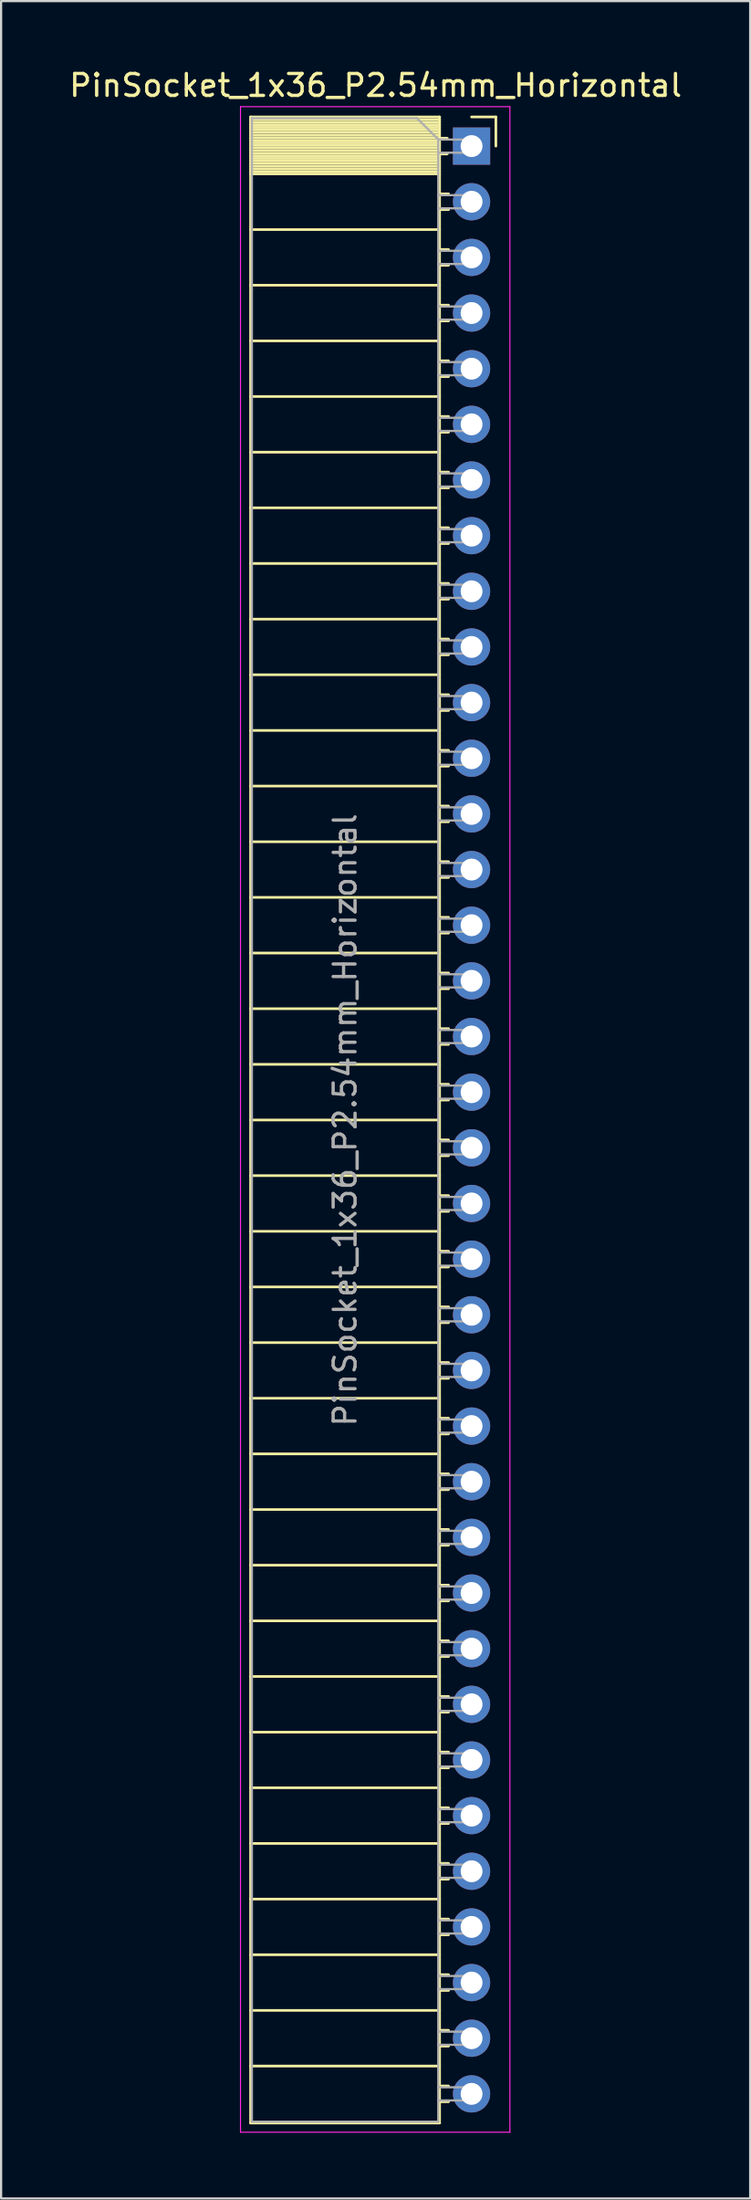
<source format=kicad_pcb>
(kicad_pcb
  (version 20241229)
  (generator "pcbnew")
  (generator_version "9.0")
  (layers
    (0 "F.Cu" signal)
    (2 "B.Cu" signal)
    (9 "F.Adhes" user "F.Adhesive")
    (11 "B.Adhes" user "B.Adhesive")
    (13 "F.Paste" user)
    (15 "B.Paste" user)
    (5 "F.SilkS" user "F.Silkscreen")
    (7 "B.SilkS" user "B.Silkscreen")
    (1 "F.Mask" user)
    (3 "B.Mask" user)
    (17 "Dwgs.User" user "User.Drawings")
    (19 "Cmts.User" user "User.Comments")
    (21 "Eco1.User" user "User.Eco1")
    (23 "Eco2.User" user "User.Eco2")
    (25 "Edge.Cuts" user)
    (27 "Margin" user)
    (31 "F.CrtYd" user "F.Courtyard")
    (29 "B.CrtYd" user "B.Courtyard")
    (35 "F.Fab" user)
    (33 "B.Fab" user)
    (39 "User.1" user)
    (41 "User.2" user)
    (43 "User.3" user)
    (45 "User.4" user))
  (footprint "PinSocket_1x36_P2.54mm_Horizontal"
    (layer "F.Cu")
    (at 18.481 3.618)
    (property "Reference" "PinSocket_1x36_P2.54mm_Horizontal" (at -4.38 -2.77 0) (layer "F.SilkS") (effects (font (size 1 1) (thickness 0.15))))
    (attr through_hole)
    (fp_line (start -10.09 -1.33) (end -10.09 90.23) (stroke (width 0.12) (type solid)) (layer "F.SilkS"))
    (fp_line (start -10.09 -1.33) (end -1.46 -1.33) (stroke (width 0.12) (type solid)) (layer "F.SilkS"))
    (fp_line (start -10.09 -1.21) (end -1.46 -1.21) (stroke (width 0.12) (type solid)) (layer "F.SilkS"))
    (fp_line (start -10.09 -1.092) (end -1.46 -1.092) (stroke (width 0.12) (type solid)) (layer "F.SilkS"))
    (fp_line (start -10.09 -0.974) (end -1.46 -0.974) (stroke (width 0.12) (type solid)) (layer "F.SilkS"))
    (fp_line (start -10.09 -0.856) (end -1.46 -0.856) (stroke (width 0.12) (type solid)) (layer "F.SilkS"))
    (fp_line (start -10.09 -0.738) (end -1.46 -0.738) (stroke (width 0.12) (type solid)) (layer "F.SilkS"))
    (fp_line (start -10.09 -0.62) (end -1.46 -0.62) (stroke (width 0.12) (type solid)) (layer "F.SilkS"))
    (fp_line (start -10.09 -0.501) (end -1.46 -0.501) (stroke (width 0.12) (type solid)) (layer "F.SilkS"))
    (fp_line (start -10.09 -0.383) (end -1.46 -0.383) (stroke (width 0.12) (type solid)) (layer "F.SilkS"))
    (fp_line (start -10.09 -0.265) (end -1.46 -0.265) (stroke (width 0.12) (type solid)) (layer "F.SilkS"))
    (fp_line (start -10.09 -0.147) (end -1.46 -0.147) (stroke (width 0.12) (type solid)) (layer "F.SilkS"))
    (fp_line (start -10.09 -0.029) (end -1.46 -0.029) (stroke (width 0.12) (type solid)) (layer "F.SilkS"))
    (fp_line (start -10.09 0.089) (end -1.46 0.089) (stroke (width 0.12) (type solid)) (layer "F.SilkS"))
    (fp_line (start -10.09 0.207) (end -1.46 0.207) (stroke (width 0.12) (type solid)) (layer "F.SilkS"))
    (fp_line (start -10.09 0.325) (end -1.46 0.325) (stroke (width 0.12) (type solid)) (layer "F.SilkS"))
    (fp_line (start -10.09 0.443) (end -1.46 0.443) (stroke (width 0.12) (type solid)) (layer "F.SilkS"))
    (fp_line (start -10.09 0.561) (end -1.46 0.561) (stroke (width 0.12) (type solid)) (layer "F.SilkS"))
    (fp_line (start -10.09 0.68) (end -1.46 0.68) (stroke (width 0.12) (type solid)) (layer "F.SilkS"))
    (fp_line (start -10.09 0.798) (end -1.46 0.798) (stroke (width 0.12) (type solid)) (layer "F.SilkS"))
    (fp_line (start -10.09 0.916) (end -1.46 0.916) (stroke (width 0.12) (type solid)) (layer "F.SilkS"))
    (fp_line (start -10.09 1.034) (end -1.46 1.034) (stroke (width 0.12) (type solid)) (layer "F.SilkS"))
    (fp_line (start -10.09 1.152) (end -1.46 1.152) (stroke (width 0.12) (type solid)) (layer "F.SilkS"))
    (fp_line (start -10.09 1.27) (end -1.46 1.27) (stroke (width 0.12) (type solid)) (layer "F.SilkS"))
    (fp_line (start -10.09 3.81) (end -1.46 3.81) (stroke (width 0.12) (type solid)) (layer "F.SilkS"))
    (fp_line (start -10.09 6.35) (end -1.46 6.35) (stroke (width 0.12) (type solid)) (layer "F.SilkS"))
    (fp_line (start -10.09 8.89) (end -1.46 8.89) (stroke (width 0.12) (type solid)) (layer "F.SilkS"))
    (fp_line (start -10.09 11.43) (end -1.46 11.43) (stroke (width 0.12) (type solid)) (layer "F.SilkS"))
    (fp_line (start -10.09 13.97) (end -1.46 13.97) (stroke (width 0.12) (type solid)) (layer "F.SilkS"))
    (fp_line (start -10.09 16.51) (end -1.46 16.51) (stroke (width 0.12) (type solid)) (layer "F.SilkS"))
    (fp_line (start -10.09 19.05) (end -1.46 19.05) (stroke (width 0.12) (type solid)) (layer "F.SilkS"))
    (fp_line (start -10.09 21.59) (end -1.46 21.59) (stroke (width 0.12) (type solid)) (layer "F.SilkS"))
    (fp_line (start -10.09 24.13) (end -1.46 24.13) (stroke (width 0.12) (type solid)) (layer "F.SilkS"))
    (fp_line (start -10.09 26.67) (end -1.46 26.67) (stroke (width 0.12) (type solid)) (layer "F.SilkS"))
    (fp_line (start -10.09 29.21) (end -1.46 29.21) (stroke (width 0.12) (type solid)) (layer "F.SilkS"))
    (fp_line (start -10.09 31.75) (end -1.46 31.75) (stroke (width 0.12) (type solid)) (layer "F.SilkS"))
    (fp_line (start -10.09 34.29) (end -1.46 34.29) (stroke (width 0.12) (type solid)) (layer "F.SilkS"))
    (fp_line (start -10.09 36.83) (end -1.46 36.83) (stroke (width 0.12) (type solid)) (layer "F.SilkS"))
    (fp_line (start -10.09 39.37) (end -1.46 39.37) (stroke (width 0.12) (type solid)) (layer "F.SilkS"))
    (fp_line (start -10.09 41.91) (end -1.46 41.91) (stroke (width 0.12) (type solid)) (layer "F.SilkS"))
    (fp_line (start -10.09 44.45) (end -1.46 44.45) (stroke (width 0.12) (type solid)) (layer "F.SilkS"))
    (fp_line (start -10.09 46.99) (end -1.46 46.99) (stroke (width 0.12) (type solid)) (layer "F.SilkS"))
    (fp_line (start -10.09 49.53) (end -1.46 49.53) (stroke (width 0.12) (type solid)) (layer "F.SilkS"))
    (fp_line (start -10.09 52.07) (end -1.46 52.07) (stroke (width 0.12) (type solid)) (layer "F.SilkS"))
    (fp_line (start -10.09 54.61) (end -1.46 54.61) (stroke (width 0.12) (type solid)) (layer "F.SilkS"))
    (fp_line (start -10.09 57.15) (end -1.46 57.15) (stroke (width 0.12) (type solid)) (layer "F.SilkS"))
    (fp_line (start -10.09 59.69) (end -1.46 59.69) (stroke (width 0.12) (type solid)) (layer "F.SilkS"))
    (fp_line (start -10.09 62.23) (end -1.46 62.23) (stroke (width 0.12) (type solid)) (layer "F.SilkS"))
    (fp_line (start -10.09 64.77) (end -1.46 64.77) (stroke (width 0.12) (type solid)) (layer "F.SilkS"))
    (fp_line (start -10.09 67.31) (end -1.46 67.31) (stroke (width 0.12) (type solid)) (layer "F.SilkS"))
    (fp_line (start -10.09 69.85) (end -1.46 69.85) (stroke (width 0.12) (type solid)) (layer "F.SilkS"))
    (fp_line (start -10.09 72.39) (end -1.46 72.39) (stroke (width 0.12) (type solid)) (layer "F.SilkS"))
    (fp_line (start -10.09 74.93) (end -1.46 74.93) (stroke (width 0.12) (type solid)) (layer "F.SilkS"))
    (fp_line (start -10.09 77.47) (end -1.46 77.47) (stroke (width 0.12) (type solid)) (layer "F.SilkS"))
    (fp_line (start -10.09 80.01) (end -1.46 80.01) (stroke (width 0.12) (type solid)) (layer "F.SilkS"))
    (fp_line (start -10.09 82.55) (end -1.46 82.55) (stroke (width 0.12) (type solid)) (layer "F.SilkS"))
    (fp_line (start -10.09 85.09) (end -1.46 85.09) (stroke (width 0.12) (type solid)) (layer "F.SilkS"))
    (fp_line (start -10.09 87.63) (end -1.46 87.63) (stroke (width 0.12) (type solid)) (layer "F.SilkS"))
    (fp_line (start -10.09 90.23) (end -1.46 90.23) (stroke (width 0.12) (type solid)) (layer "F.SilkS"))
    (fp_line (start -1.46 -1.33) (end -1.46 90.23) (stroke (width 0.12) (type solid)) (layer "F.SilkS"))
    (fp_line (start -1.46 -0.36) (end -1.11 -0.36) (stroke (width 0.12) (type solid)) (layer "F.SilkS"))
    (fp_line (start -1.46 0.36) (end -1.11 0.36) (stroke (width 0.12) (type solid)) (layer "F.SilkS"))
    (fp_line (start -1.46 2.18) (end -1.05 2.18) (stroke (width 0.12) (type solid)) (layer "F.SilkS"))
    (fp_line (start -1.46 2.9) (end -1.05 2.9) (stroke (width 0.12) (type solid)) (layer "F.SilkS"))
    (fp_line (start -1.46 4.72) (end -1.05 4.72) (stroke (width 0.12) (type solid)) (layer "F.SilkS"))
    (fp_line (start -1.46 5.44) (end -1.05 5.44) (stroke (width 0.12) (type solid)) (layer "F.SilkS"))
    (fp_line (start -1.46 7.26) (end -1.05 7.26) (stroke (width 0.12) (type solid)) (layer "F.SilkS"))
    (fp_line (start -1.46 7.98) (end -1.05 7.98) (stroke (width 0.12) (type solid)) (layer "F.SilkS"))
    (fp_line (start -1.46 9.8) (end -1.05 9.8) (stroke (width 0.12) (type solid)) (layer "F.SilkS"))
    (fp_line (start -1.46 10.52) (end -1.05 10.52) (stroke (width 0.12) (type solid)) (layer "F.SilkS"))
    (fp_line (start -1.46 12.34) (end -1.05 12.34) (stroke (width 0.12) (type solid)) (layer "F.SilkS"))
    (fp_line (start -1.46 13.06) (end -1.05 13.06) (stroke (width 0.12) (type solid)) (layer "F.SilkS"))
    (fp_line (start -1.46 14.88) (end -1.05 14.88) (stroke (width 0.12) (type solid)) (layer "F.SilkS"))
    (fp_line (start -1.46 15.6) (end -1.05 15.6) (stroke (width 0.12) (type solid)) (layer "F.SilkS"))
    (fp_line (start -1.46 17.42) (end -1.05 17.42) (stroke (width 0.12) (type solid)) (layer "F.SilkS"))
    (fp_line (start -1.46 18.14) (end -1.05 18.14) (stroke (width 0.12) (type solid)) (layer "F.SilkS"))
    (fp_line (start -1.46 19.96) (end -1.05 19.96) (stroke (width 0.12) (type solid)) (layer "F.SilkS"))
    (fp_line (start -1.46 20.68) (end -1.05 20.68) (stroke (width 0.12) (type solid)) (layer "F.SilkS"))
    (fp_line (start -1.46 22.5) (end -1.05 22.5) (stroke (width 0.12) (type solid)) (layer "F.SilkS"))
    (fp_line (start -1.46 23.22) (end -1.05 23.22) (stroke (width 0.12) (type solid)) (layer "F.SilkS"))
    (fp_line (start -1.46 25.04) (end -1.05 25.04) (stroke (width 0.12) (type solid)) (layer "F.SilkS"))
    (fp_line (start -1.46 25.76) (end -1.05 25.76) (stroke (width 0.12) (type solid)) (layer "F.SilkS"))
    (fp_line (start -1.46 27.58) (end -1.05 27.58) (stroke (width 0.12) (type solid)) (layer "F.SilkS"))
    (fp_line (start -1.46 28.3) (end -1.05 28.3) (stroke (width 0.12) (type solid)) (layer "F.SilkS"))
    (fp_line (start -1.46 30.12) (end -1.05 30.12) (stroke (width 0.12) (type solid)) (layer "F.SilkS"))
    (fp_line (start -1.46 30.84) (end -1.05 30.84) (stroke (width 0.12) (type solid)) (layer "F.SilkS"))
    (fp_line (start -1.46 32.66) (end -1.05 32.66) (stroke (width 0.12) (type solid)) (layer "F.SilkS"))
    (fp_line (start -1.46 33.38) (end -1.05 33.38) (stroke (width 0.12) (type solid)) (layer "F.SilkS"))
    (fp_line (start -1.46 35.2) (end -1.05 35.2) (stroke (width 0.12) (type solid)) (layer "F.SilkS"))
    (fp_line (start -1.46 35.92) (end -1.05 35.92) (stroke (width 0.12) (type solid)) (layer "F.SilkS"))
    (fp_line (start -1.46 37.74) (end -1.05 37.74) (stroke (width 0.12) (type solid)) (layer "F.SilkS"))
    (fp_line (start -1.46 38.46) (end -1.05 38.46) (stroke (width 0.12) (type solid)) (layer "F.SilkS"))
    (fp_line (start -1.46 40.28) (end -1.05 40.28) (stroke (width 0.12) (type solid)) (layer "F.SilkS"))
    (fp_line (start -1.46 41) (end -1.05 41) (stroke (width 0.12) (type solid)) (layer "F.SilkS"))
    (fp_line (start -1.46 42.82) (end -1.05 42.82) (stroke (width 0.12) (type solid)) (layer "F.SilkS"))
    (fp_line (start -1.46 43.54) (end -1.05 43.54) (stroke (width 0.12) (type solid)) (layer "F.SilkS"))
    (fp_line (start -1.46 45.36) (end -1.05 45.36) (stroke (width 0.12) (type solid)) (layer "F.SilkS"))
    (fp_line (start -1.46 46.08) (end -1.05 46.08) (stroke (width 0.12) (type solid)) (layer "F.SilkS"))
    (fp_line (start -1.46 47.9) (end -1.05 47.9) (stroke (width 0.12) (type solid)) (layer "F.SilkS"))
    (fp_line (start -1.46 48.62) (end -1.05 48.62) (stroke (width 0.12) (type solid)) (layer "F.SilkS"))
    (fp_line (start -1.46 50.44) (end -1.05 50.44) (stroke (width 0.12) (type solid)) (layer "F.SilkS"))
    (fp_line (start -1.46 51.16) (end -1.05 51.16) (stroke (width 0.12) (type solid)) (layer "F.SilkS"))
    (fp_line (start -1.46 52.98) (end -1.05 52.98) (stroke (width 0.12) (type solid)) (layer "F.SilkS"))
    (fp_line (start -1.46 53.7) (end -1.05 53.7) (stroke (width 0.12) (type solid)) (layer "F.SilkS"))
    (fp_line (start -1.46 55.52) (end -1.05 55.52) (stroke (width 0.12) (type solid)) (layer "F.SilkS"))
    (fp_line (start -1.46 56.24) (end -1.05 56.24) (stroke (width 0.12) (type solid)) (layer "F.SilkS"))
    (fp_line (start -1.46 58.06) (end -1.05 58.06) (stroke (width 0.12) (type solid)) (layer "F.SilkS"))
    (fp_line (start -1.46 58.78) (end -1.05 58.78) (stroke (width 0.12) (type solid)) (layer "F.SilkS"))
    (fp_line (start -1.46 60.6) (end -1.05 60.6) (stroke (width 0.12) (type solid)) (layer "F.SilkS"))
    (fp_line (start -1.46 61.32) (end -1.05 61.32) (stroke (width 0.12) (type solid)) (layer "F.SilkS"))
    (fp_line (start -1.46 63.14) (end -1.05 63.14) (stroke (width 0.12) (type solid)) (layer "F.SilkS"))
    (fp_line (start -1.46 63.86) (end -1.05 63.86) (stroke (width 0.12) (type solid)) (layer "F.SilkS"))
    (fp_line (start -1.46 65.68) (end -1.05 65.68) (stroke (width 0.12) (type solid)) (layer "F.SilkS"))
    (fp_line (start -1.46 66.4) (end -1.05 66.4) (stroke (width 0.12) (type solid)) (layer "F.SilkS"))
    (fp_line (start -1.46 68.22) (end -1.05 68.22) (stroke (width 0.12) (type solid)) (layer "F.SilkS"))
    (fp_line (start -1.46 68.94) (end -1.05 68.94) (stroke (width 0.12) (type solid)) (layer "F.SilkS"))
    (fp_line (start -1.46 70.76) (end -1.05 70.76) (stroke (width 0.12) (type solid)) (layer "F.SilkS"))
    (fp_line (start -1.46 71.48) (end -1.05 71.48) (stroke (width 0.12) (type solid)) (layer "F.SilkS"))
    (fp_line (start -1.46 73.3) (end -1.05 73.3) (stroke (width 0.12) (type solid)) (layer "F.SilkS"))
    (fp_line (start -1.46 74.02) (end -1.05 74.02) (stroke (width 0.12) (type solid)) (layer "F.SilkS"))
    (fp_line (start -1.46 75.84) (end -1.05 75.84) (stroke (width 0.12) (type solid)) (layer "F.SilkS"))
    (fp_line (start -1.46 76.56) (end -1.05 76.56) (stroke (width 0.12) (type solid)) (layer "F.SilkS"))
    (fp_line (start -1.46 78.38) (end -1.05 78.38) (stroke (width 0.12) (type solid)) (layer "F.SilkS"))
    (fp_line (start -1.46 79.1) (end -1.05 79.1) (stroke (width 0.12) (type solid)) (layer "F.SilkS"))
    (fp_line (start -1.46 80.92) (end -1.05 80.92) (stroke (width 0.12) (type solid)) (layer "F.SilkS"))
    (fp_line (start -1.46 81.64) (end -1.05 81.64) (stroke (width 0.12) (type solid)) (layer "F.SilkS"))
    (fp_line (start -1.46 83.46) (end -1.05 83.46) (stroke (width 0.12) (type solid)) (layer "F.SilkS"))
    (fp_line (start -1.46 84.18) (end -1.05 84.18) (stroke (width 0.12) (type solid)) (layer "F.SilkS"))
    (fp_line (start -1.46 86) (end -1.05 86) (stroke (width 0.12) (type solid)) (layer "F.SilkS"))
    (fp_line (start -1.46 86.72) (end -1.05 86.72) (stroke (width 0.12) (type solid)) (layer "F.SilkS"))
    (fp_line (start -1.46 88.54) (end -1.05 88.54) (stroke (width 0.12) (type solid)) (layer "F.SilkS"))
    (fp_line (start -1.46 89.26) (end -1.05 89.26) (stroke (width 0.12) (type solid)) (layer "F.SilkS"))
    (fp_line (start 0 -1.33) (end 1.11 -1.33) (stroke (width 0.12) (type solid)) (layer "F.SilkS"))
    (fp_line (start 1.11 -1.33) (end 1.11 0) (stroke (width 0.12) (type solid)) (layer "F.SilkS"))
    (fp_line (start -10.55 -1.8) (end -10.55 90.65) (stroke (width 0.05) (type solid)) (layer "F.CrtYd"))
    (fp_line (start -10.55 90.65) (end 1.75 90.65) (stroke (width 0.05) (type solid)) (layer "F.CrtYd"))
    (fp_line (start 1.75 -1.8) (end -10.55 -1.8) (stroke (width 0.05) (type solid)) (layer "F.CrtYd"))
    (fp_line (start 1.75 90.65) (end 1.75 -1.8) (stroke (width 0.05) (type solid)) (layer "F.CrtYd"))
    (fp_line (start -10.03 -1.27) (end -2.49 -1.27) (stroke (width 0.1) (type solid)) (layer "F.Fab"))
    (fp_line (start -10.03 90.17) (end -10.03 -1.27) (stroke (width 0.1) (type solid)) (layer "F.Fab"))
    (fp_line (start -2.49 -1.27) (end -1.52 -0.3) (stroke (width 0.1) (type solid)) (layer "F.Fab"))
    (fp_line (start -1.52 -0.3) (end -1.52 90.17) (stroke (width 0.1) (type solid)) (layer "F.Fab"))
    (fp_line (start -1.52 0.3) (end 0 0.3) (stroke (width 0.1) (type solid)) (layer "F.Fab"))
    (fp_line (start -1.52 2.84) (end 0 2.84) (stroke (width 0.1) (type solid)) (layer "F.Fab"))
    (fp_line (start -1.52 5.38) (end 0 5.38) (stroke (width 0.1) (type solid)) (layer "F.Fab"))
    (fp_line (start -1.52 7.92) (end 0 7.92) (stroke (width 0.1) (type solid)) (layer "F.Fab"))
    (fp_line (start -1.52 10.46) (end 0 10.46) (stroke (width 0.1) (type solid)) (layer "F.Fab"))
    (fp_line (start -1.52 13) (end 0 13) (stroke (width 0.1) (type solid)) (layer "F.Fab"))
    (fp_line (start -1.52 15.54) (end 0 15.54) (stroke (width 0.1) (type solid)) (layer "F.Fab"))
    (fp_line (start -1.52 18.08) (end 0 18.08) (stroke (width 0.1) (type solid)) (layer "F.Fab"))
    (fp_line (start -1.52 20.62) (end 0 20.62) (stroke (width 0.1) (type solid)) (layer "F.Fab"))
    (fp_line (start -1.52 23.16) (end 0 23.16) (stroke (width 0.1) (type solid)) (layer "F.Fab"))
    (fp_line (start -1.52 25.7) (end 0 25.7) (stroke (width 0.1) (type solid)) (layer "F.Fab"))
    (fp_line (start -1.52 28.24) (end 0 28.24) (stroke (width 0.1) (type solid)) (layer "F.Fab"))
    (fp_line (start -1.52 30.78) (end 0 30.78) (stroke (width 0.1) (type solid)) (layer "F.Fab"))
    (fp_line (start -1.52 33.32) (end 0 33.32) (stroke (width 0.1) (type solid)) (layer "F.Fab"))
    (fp_line (start -1.52 35.86) (end 0 35.86) (stroke (width 0.1) (type solid)) (layer "F.Fab"))
    (fp_line (start -1.52 38.4) (end 0 38.4) (stroke (width 0.1) (type solid)) (layer "F.Fab"))
    (fp_line (start -1.52 40.94) (end 0 40.94) (stroke (width 0.1) (type solid)) (layer "F.Fab"))
    (fp_line (start -1.52 43.48) (end 0 43.48) (stroke (width 0.1) (type solid)) (layer "F.Fab"))
    (fp_line (start -1.52 46.02) (end 0 46.02) (stroke (width 0.1) (type solid)) (layer "F.Fab"))
    (fp_line (start -1.52 48.56) (end 0 48.56) (stroke (width 0.1) (type solid)) (layer "F.Fab"))
    (fp_line (start -1.52 51.1) (end 0 51.1) (stroke (width 0.1) (type solid)) (layer "F.Fab"))
    (fp_line (start -1.52 53.64) (end 0 53.64) (stroke (width 0.1) (type solid)) (layer "F.Fab"))
    (fp_line (start -1.52 56.18) (end 0 56.18) (stroke (width 0.1) (type solid)) (layer "F.Fab"))
    (fp_line (start -1.52 58.72) (end 0 58.72) (stroke (width 0.1) (type solid)) (layer "F.Fab"))
    (fp_line (start -1.52 61.26) (end 0 61.26) (stroke (width 0.1) (type solid)) (layer "F.Fab"))
    (fp_line (start -1.52 63.8) (end 0 63.8) (stroke (width 0.1) (type solid)) (layer "F.Fab"))
    (fp_line (start -1.52 66.34) (end 0 66.34) (stroke (width 0.1) (type solid)) (layer "F.Fab"))
    (fp_line (start -1.52 68.88) (end 0 68.88) (stroke (width 0.1) (type solid)) (layer "F.Fab"))
    (fp_line (start -1.52 71.42) (end 0 71.42) (stroke (width 0.1) (type solid)) (layer "F.Fab"))
    (fp_line (start -1.52 73.96) (end 0 73.96) (stroke (width 0.1) (type solid)) (layer "F.Fab"))
    (fp_line (start -1.52 76.5) (end 0 76.5) (stroke (width 0.1) (type solid)) (layer "F.Fab"))
    (fp_line (start -1.52 79.04) (end 0 79.04) (stroke (width 0.1) (type solid)) (layer "F.Fab"))
    (fp_line (start -1.52 81.58) (end 0 81.58) (stroke (width 0.1) (type solid)) (layer "F.Fab"))
    (fp_line (start -1.52 84.12) (end 0 84.12) (stroke (width 0.1) (type solid)) (layer "F.Fab"))
    (fp_line (start -1.52 86.66) (end 0 86.66) (stroke (width 0.1) (type solid)) (layer "F.Fab"))
    (fp_line (start -1.52 89.2) (end 0 89.2) (stroke (width 0.1) (type solid)) (layer "F.Fab"))
    (fp_line (start -1.52 90.17) (end -10.03 90.17) (stroke (width 0.1) (type solid)) (layer "F.Fab"))
    (fp_line (start 0 -0.3) (end -1.52 -0.3) (stroke (width 0.1) (type solid)) (layer "F.Fab"))
    (fp_line (start 0 0.3) (end 0 -0.3) (stroke (width 0.1) (type solid)) (layer "F.Fab"))
    (fp_line (start 0 2.24) (end -1.52 2.24) (stroke (width 0.1) (type solid)) (layer "F.Fab"))
    (fp_line (start 0 2.84) (end 0 2.24) (stroke (width 0.1) (type solid)) (layer "F.Fab"))
    (fp_line (start 0 4.78) (end -1.52 4.78) (stroke (width 0.1) (type solid)) (layer "F.Fab"))
    (fp_line (start 0 5.38) (end 0 4.78) (stroke (width 0.1) (type solid)) (layer "F.Fab"))
    (fp_line (start 0 7.32) (end -1.52 7.32) (stroke (width 0.1) (type solid)) (layer "F.Fab"))
    (fp_line (start 0 7.92) (end 0 7.32) (stroke (width 0.1) (type solid)) (layer "F.Fab"))
    (fp_line (start 0 9.86) (end -1.52 9.86) (stroke (width 0.1) (type solid)) (layer "F.Fab"))
    (fp_line (start 0 10.46) (end 0 9.86) (stroke (width 0.1) (type solid)) (layer "F.Fab"))
    (fp_line (start 0 12.4) (end -1.52 12.4) (stroke (width 0.1) (type solid)) (layer "F.Fab"))
    (fp_line (start 0 13) (end 0 12.4) (stroke (width 0.1) (type solid)) (layer "F.Fab"))
    (fp_line (start 0 14.94) (end -1.52 14.94) (stroke (width 0.1) (type solid)) (layer "F.Fab"))
    (fp_line (start 0 15.54) (end 0 14.94) (stroke (width 0.1) (type solid)) (layer "F.Fab"))
    (fp_line (start 0 17.48) (end -1.52 17.48) (stroke (width 0.1) (type solid)) (layer "F.Fab"))
    (fp_line (start 0 18.08) (end 0 17.48) (stroke (width 0.1) (type solid)) (layer "F.Fab"))
    (fp_line (start 0 20.02) (end -1.52 20.02) (stroke (width 0.1) (type solid)) (layer "F.Fab"))
    (fp_line (start 0 20.62) (end 0 20.02) (stroke (width 0.1) (type solid)) (layer "F.Fab"))
    (fp_line (start 0 22.56) (end -1.52 22.56) (stroke (width 0.1) (type solid)) (layer "F.Fab"))
    (fp_line (start 0 23.16) (end 0 22.56) (stroke (width 0.1) (type solid)) (layer "F.Fab"))
    (fp_line (start 0 25.1) (end -1.52 25.1) (stroke (width 0.1) (type solid)) (layer "F.Fab"))
    (fp_line (start 0 25.7) (end 0 25.1) (stroke (width 0.1) (type solid)) (layer "F.Fab"))
    (fp_line (start 0 27.64) (end -1.52 27.64) (stroke (width 0.1) (type solid)) (layer "F.Fab"))
    (fp_line (start 0 28.24) (end 0 27.64) (stroke (width 0.1) (type solid)) (layer "F.Fab"))
    (fp_line (start 0 30.18) (end -1.52 30.18) (stroke (width 0.1) (type solid)) (layer "F.Fab"))
    (fp_line (start 0 30.78) (end 0 30.18) (stroke (width 0.1) (type solid)) (layer "F.Fab"))
    (fp_line (start 0 32.72) (end -1.52 32.72) (stroke (width 0.1) (type solid)) (layer "F.Fab"))
    (fp_line (start 0 33.32) (end 0 32.72) (stroke (width 0.1) (type solid)) (layer "F.Fab"))
    (fp_line (start 0 35.26) (end -1.52 35.26) (stroke (width 0.1) (type solid)) (layer "F.Fab"))
    (fp_line (start 0 35.86) (end 0 35.26) (stroke (width 0.1) (type solid)) (layer "F.Fab"))
    (fp_line (start 0 37.8) (end -1.52 37.8) (stroke (width 0.1) (type solid)) (layer "F.Fab"))
    (fp_line (start 0 38.4) (end 0 37.8) (stroke (width 0.1) (type solid)) (layer "F.Fab"))
    (fp_line (start 0 40.34) (end -1.52 40.34) (stroke (width 0.1) (type solid)) (layer "F.Fab"))
    (fp_line (start 0 40.94) (end 0 40.34) (stroke (width 0.1) (type solid)) (layer "F.Fab"))
    (fp_line (start 0 42.88) (end -1.52 42.88) (stroke (width 0.1) (type solid)) (layer "F.Fab"))
    (fp_line (start 0 43.48) (end 0 42.88) (stroke (width 0.1) (type solid)) (layer "F.Fab"))
    (fp_line (start 0 45.42) (end -1.52 45.42) (stroke (width 0.1) (type solid)) (layer "F.Fab"))
    (fp_line (start 0 46.02) (end 0 45.42) (stroke (width 0.1) (type solid)) (layer "F.Fab"))
    (fp_line (start 0 47.96) (end -1.52 47.96) (stroke (width 0.1) (type solid)) (layer "F.Fab"))
    (fp_line (start 0 48.56) (end 0 47.96) (stroke (width 0.1) (type solid)) (layer "F.Fab"))
    (fp_line (start 0 50.5) (end -1.52 50.5) (stroke (width 0.1) (type solid)) (layer "F.Fab"))
    (fp_line (start 0 51.1) (end 0 50.5) (stroke (width 0.1) (type solid)) (layer "F.Fab"))
    (fp_line (start 0 53.04) (end -1.52 53.04) (stroke (width 0.1) (type solid)) (layer "F.Fab"))
    (fp_line (start 0 53.64) (end 0 53.04) (stroke (width 0.1) (type solid)) (layer "F.Fab"))
    (fp_line (start 0 55.58) (end -1.52 55.58) (stroke (width 0.1) (type solid)) (layer "F.Fab"))
    (fp_line (start 0 56.18) (end 0 55.58) (stroke (width 0.1) (type solid)) (layer "F.Fab"))
    (fp_line (start 0 58.12) (end -1.52 58.12) (stroke (width 0.1) (type solid)) (layer "F.Fab"))
    (fp_line (start 0 58.72) (end 0 58.12) (stroke (width 0.1) (type solid)) (layer "F.Fab"))
    (fp_line (start 0 60.66) (end -1.52 60.66) (stroke (width 0.1) (type solid)) (layer "F.Fab"))
    (fp_line (start 0 61.26) (end 0 60.66) (stroke (width 0.1) (type solid)) (layer "F.Fab"))
    (fp_line (start 0 63.2) (end -1.52 63.2) (stroke (width 0.1) (type solid)) (layer "F.Fab"))
    (fp_line (start 0 63.8) (end 0 63.2) (stroke (width 0.1) (type solid)) (layer "F.Fab"))
    (fp_line (start 0 65.74) (end -1.52 65.74) (stroke (width 0.1) (type solid)) (layer "F.Fab"))
    (fp_line (start 0 66.34) (end 0 65.74) (stroke (width 0.1) (type solid)) (layer "F.Fab"))
    (fp_line (start 0 68.28) (end -1.52 68.28) (stroke (width 0.1) (type solid)) (layer "F.Fab"))
    (fp_line (start 0 68.88) (end 0 68.28) (stroke (width 0.1) (type solid)) (layer "F.Fab"))
    (fp_line (start 0 70.82) (end -1.52 70.82) (stroke (width 0.1) (type solid)) (layer "F.Fab"))
    (fp_line (start 0 71.42) (end 0 70.82) (stroke (width 0.1) (type solid)) (layer "F.Fab"))
    (fp_line (start 0 73.36) (end -1.52 73.36) (stroke (width 0.1) (type solid)) (layer "F.Fab"))
    (fp_line (start 0 73.96) (end 0 73.36) (stroke (width 0.1) (type solid)) (layer "F.Fab"))
    (fp_line (start 0 75.9) (end -1.52 75.9) (stroke (width 0.1) (type solid)) (layer "F.Fab"))
    (fp_line (start 0 76.5) (end 0 75.9) (stroke (width 0.1) (type solid)) (layer "F.Fab"))
    (fp_line (start 0 78.44) (end -1.52 78.44) (stroke (width 0.1) (type solid)) (layer "F.Fab"))
    (fp_line (start 0 79.04) (end 0 78.44) (stroke (width 0.1) (type solid)) (layer "F.Fab"))
    (fp_line (start 0 80.98) (end -1.52 80.98) (stroke (width 0.1) (type solid)) (layer "F.Fab"))
    (fp_line (start 0 81.58) (end 0 80.98) (stroke (width 0.1) (type solid)) (layer "F.Fab"))
    (fp_line (start 0 83.52) (end -1.52 83.52) (stroke (width 0.1) (type solid)) (layer "F.Fab"))
    (fp_line (start 0 84.12) (end 0 83.52) (stroke (width 0.1) (type solid)) (layer "F.Fab"))
    (fp_line (start 0 86.06) (end -1.52 86.06) (stroke (width 0.1) (type solid)) (layer "F.Fab"))
    (fp_line (start 0 86.66) (end 0 86.06) (stroke (width 0.1) (type solid)) (layer "F.Fab"))
    (fp_line (start 0 88.6) (end -1.52 88.6) (stroke (width 0.1) (type solid)) (layer "F.Fab"))
    (fp_line (start 0 89.2) (end 0 88.6) (stroke (width 0.1) (type solid)) (layer "F.Fab"))
    (fp_text user "${REFERENCE}" (at -5.775 44.45 90) (layer "F.Fab") (effects (font (size 1 1) (thickness 0.15))))
    (pad "1" thru_hole rect (at 0 0) (size 1.7 1.7) (drill 1) (layers "*.Cu" "*.Mask"))
    (pad "2" thru_hole oval (at 0 2.54) (size 1.7 1.7) (drill 1) (layers "*.Cu" "*.Mask"))
    (pad "3" thru_hole oval (at 0 5.08) (size 1.7 1.7) (drill 1) (layers "*.Cu" "*.Mask"))
    (pad "4" thru_hole oval (at 0 7.62) (size 1.7 1.7) (drill 1) (layers "*.Cu" "*.Mask"))
    (pad "5" thru_hole oval (at 0 10.16) (size 1.7 1.7) (drill 1) (layers "*.Cu" "*.Mask"))
    (pad "6" thru_hole oval (at 0 12.7) (size 1.7 1.7) (drill 1) (layers "*.Cu" "*.Mask"))
    (pad "7" thru_hole oval (at 0 15.24) (size 1.7 1.7) (drill 1) (layers "*.Cu" "*.Mask"))
    (pad "8" thru_hole oval (at 0 17.78) (size 1.7 1.7) (drill 1) (layers "*.Cu" "*.Mask"))
    (pad "9" thru_hole oval (at 0 20.32) (size 1.7 1.7) (drill 1) (layers "*.Cu" "*.Mask"))
    (pad "10" thru_hole oval (at 0 22.86) (size 1.7 1.7) (drill 1) (layers "*.Cu" "*.Mask"))
    (pad "11" thru_hole oval (at 0 25.4) (size 1.7 1.7) (drill 1) (layers "*.Cu" "*.Mask"))
    (pad "12" thru_hole oval (at 0 27.94) (size 1.7 1.7) (drill 1) (layers "*.Cu" "*.Mask"))
    (pad "13" thru_hole oval (at 0 30.48) (size 1.7 1.7) (drill 1) (layers "*.Cu" "*.Mask"))
    (pad "14" thru_hole oval (at 0 33.02) (size 1.7 1.7) (drill 1) (layers "*.Cu" "*.Mask"))
    (pad "15" thru_hole oval (at 0 35.56) (size 1.7 1.7) (drill 1) (layers "*.Cu" "*.Mask"))
    (pad "16" thru_hole oval (at 0 38.1) (size 1.7 1.7) (drill 1) (layers "*.Cu" "*.Mask"))
    (pad "17" thru_hole oval (at 0 40.64) (size 1.7 1.7) (drill 1) (layers "*.Cu" "*.Mask"))
    (pad "18" thru_hole oval (at 0 43.18) (size 1.7 1.7) (drill 1) (layers "*.Cu" "*.Mask"))
    (pad "19" thru_hole oval (at 0 45.72) (size 1.7 1.7) (drill 1) (layers "*.Cu" "*.Mask"))
    (pad "20" thru_hole oval (at 0 48.26) (size 1.7 1.7) (drill 1) (layers "*.Cu" "*.Mask"))
    (pad "21" thru_hole oval (at 0 50.8) (size 1.7 1.7) (drill 1) (layers "*.Cu" "*.Mask"))
    (pad "22" thru_hole oval (at 0 53.34) (size 1.7 1.7) (drill 1) (layers "*.Cu" "*.Mask"))
    (pad "23" thru_hole oval (at 0 55.88) (size 1.7 1.7) (drill 1) (layers "*.Cu" "*.Mask"))
    (pad "24" thru_hole oval (at 0 58.42) (size 1.7 1.7) (drill 1) (layers "*.Cu" "*.Mask"))
    (pad "25" thru_hole oval (at 0 60.96) (size 1.7 1.7) (drill 1) (layers "*.Cu" "*.Mask"))
    (pad "26" thru_hole oval (at 0 63.5) (size 1.7 1.7) (drill 1) (layers "*.Cu" "*.Mask"))
    (pad "27" thru_hole oval (at 0 66.04) (size 1.7 1.7) (drill 1) (layers "*.Cu" "*.Mask"))
    (pad "28" thru_hole oval (at 0 68.58) (size 1.7 1.7) (drill 1) (layers "*.Cu" "*.Mask"))
    (pad "29" thru_hole oval (at 0 71.12) (size 1.7 1.7) (drill 1) (layers "*.Cu" "*.Mask"))
    (pad "30" thru_hole oval (at 0 73.66) (size 1.7 1.7) (drill 1) (layers "*.Cu" "*.Mask"))
    (pad "31" thru_hole oval (at 0 76.2) (size 1.7 1.7) (drill 1) (layers "*.Cu" "*.Mask"))
    (pad "32" thru_hole oval (at 0 78.74) (size 1.7 1.7) (drill 1) (layers "*.Cu" "*.Mask"))
    (pad "33" thru_hole oval (at 0 81.28) (size 1.7 1.7) (drill 1) (layers "*.Cu" "*.Mask"))
    (pad "34" thru_hole oval (at 0 83.82) (size 1.7 1.7) (drill 1) (layers "*.Cu" "*.Mask"))
    (pad "35" thru_hole oval (at 0 86.36) (size 1.7 1.7) (drill 1) (layers "*.Cu" "*.Mask"))
    (pad "36" thru_hole oval (at 0 88.9) (size 1.7 1.7) (drill 1) (layers "*.Cu" "*.Mask")))
  (gr_rect
    (start -3 -3)
    (end 31.202 97.293)
    (stroke (width 0.1) (type default))
    (fill no)
    (layer "Edge.Cuts")))
</source>
